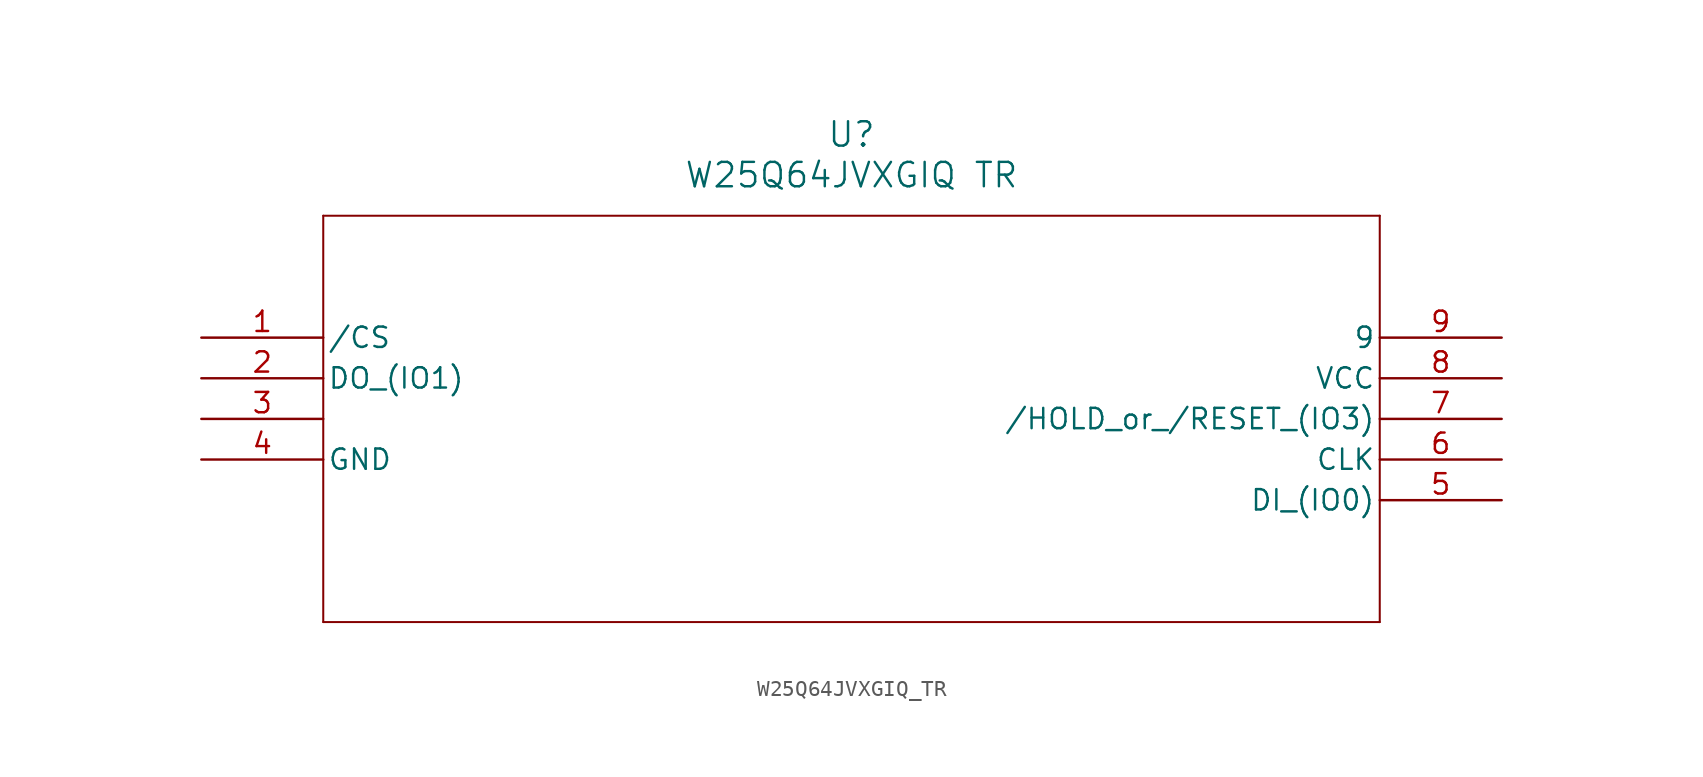
<source format=kicad_sym>
(kicad_symbol_lib
  (version 20211014)
  (generator kicad_symbol_editor)
  (symbol "W25Q64JVXGIQ_TR"
    (pin_names
      (offset 0.254))
    (property "Reference" "U"
      (at 40.64 12.7 0)
      (effects (font (size 1.524 1.524))))
    (property "Value" "W25Q64JVXGIQ TR"
      (at 40.64 10.16 0)
      (effects (font (size 1.524 1.524))))
    (symbol "W25Q64JVXGIQ_TR_0_1"
      (polyline (pts (xy 7.62 7.62) (xy 7.62 -17.78)) (stroke (width 0.127) (type default) (color 0 0 0 0)) (fill (type none)))
      (polyline (pts (xy 7.62 -17.78) (xy 73.66 -17.78)) (stroke (width 0.127) (type default) (color 0 0 0 0)) (fill (type none)))
      (polyline (pts (xy 73.66 -17.78) (xy 73.66 7.62)) (stroke (width 0.127) (type default) (color 0 0 0 0)) (fill (type none)))
      (polyline (pts (xy 73.66 7.62) (xy 7.62 7.62)) (stroke (width 0.127) (type default) (color 0 0 0 0)) (fill (type none)))
      (pin unspecified line (at 0 0 0) (length 7.62) (name "/CS" (effects (font (size 1.27 1.27)))) (number "1" (effects (font (size 1.27 1.27)))))
      (pin unspecified line (at 0 -2.54 0) (length 7.62) (name "DO (IO1)" (effects (font (size 1.27 1.27)))) (number "2" (effects (font (size 1.27 1.27)))))
      (pin unspecified line (at 0 -5.08 0) (length 7.62) (name "" (effects (font (size 1.27 1.27)))) (number "3" (effects (font (size 1.27 1.27)))))
      (pin power_out line (at 0 -7.62 0) (length 7.62) (name "GND" (effects (font (size 1.27 1.27)))) (number "4" (effects (font (size 1.27 1.27)))))
      (pin unspecified line (at 81.28 -10.16 180) (length 7.62) (name "DI (IO0)" (effects (font (size 1.27 1.27)))) (number "5" (effects (font (size 1.27 1.27)))))
      (pin unspecified line (at 81.28 -7.62 180) (length 7.62) (name "CLK" (effects (font (size 1.27 1.27)))) (number "6" (effects (font (size 1.27 1.27)))))
      (pin unspecified line (at 81.28 -5.08 180) (length 7.62) (name "/HOLD or /RESET (IO3)" (effects (font (size 1.27 1.27)))) (number "7" (effects (font (size 1.27 1.27)))))
      (pin power_in line (at 81.28 -2.54 180) (length 7.62) (name "VCC" (effects (font (size 1.27 1.27)))) (number "8" (effects (font (size 1.27 1.27)))))
      (pin unspecified line (at 81.28 0 180) (length 7.62) (name "9" (effects (font (size 1.27 1.27)))) (number "9" (effects (font (size 1.27 1.27))))))))
</source>
